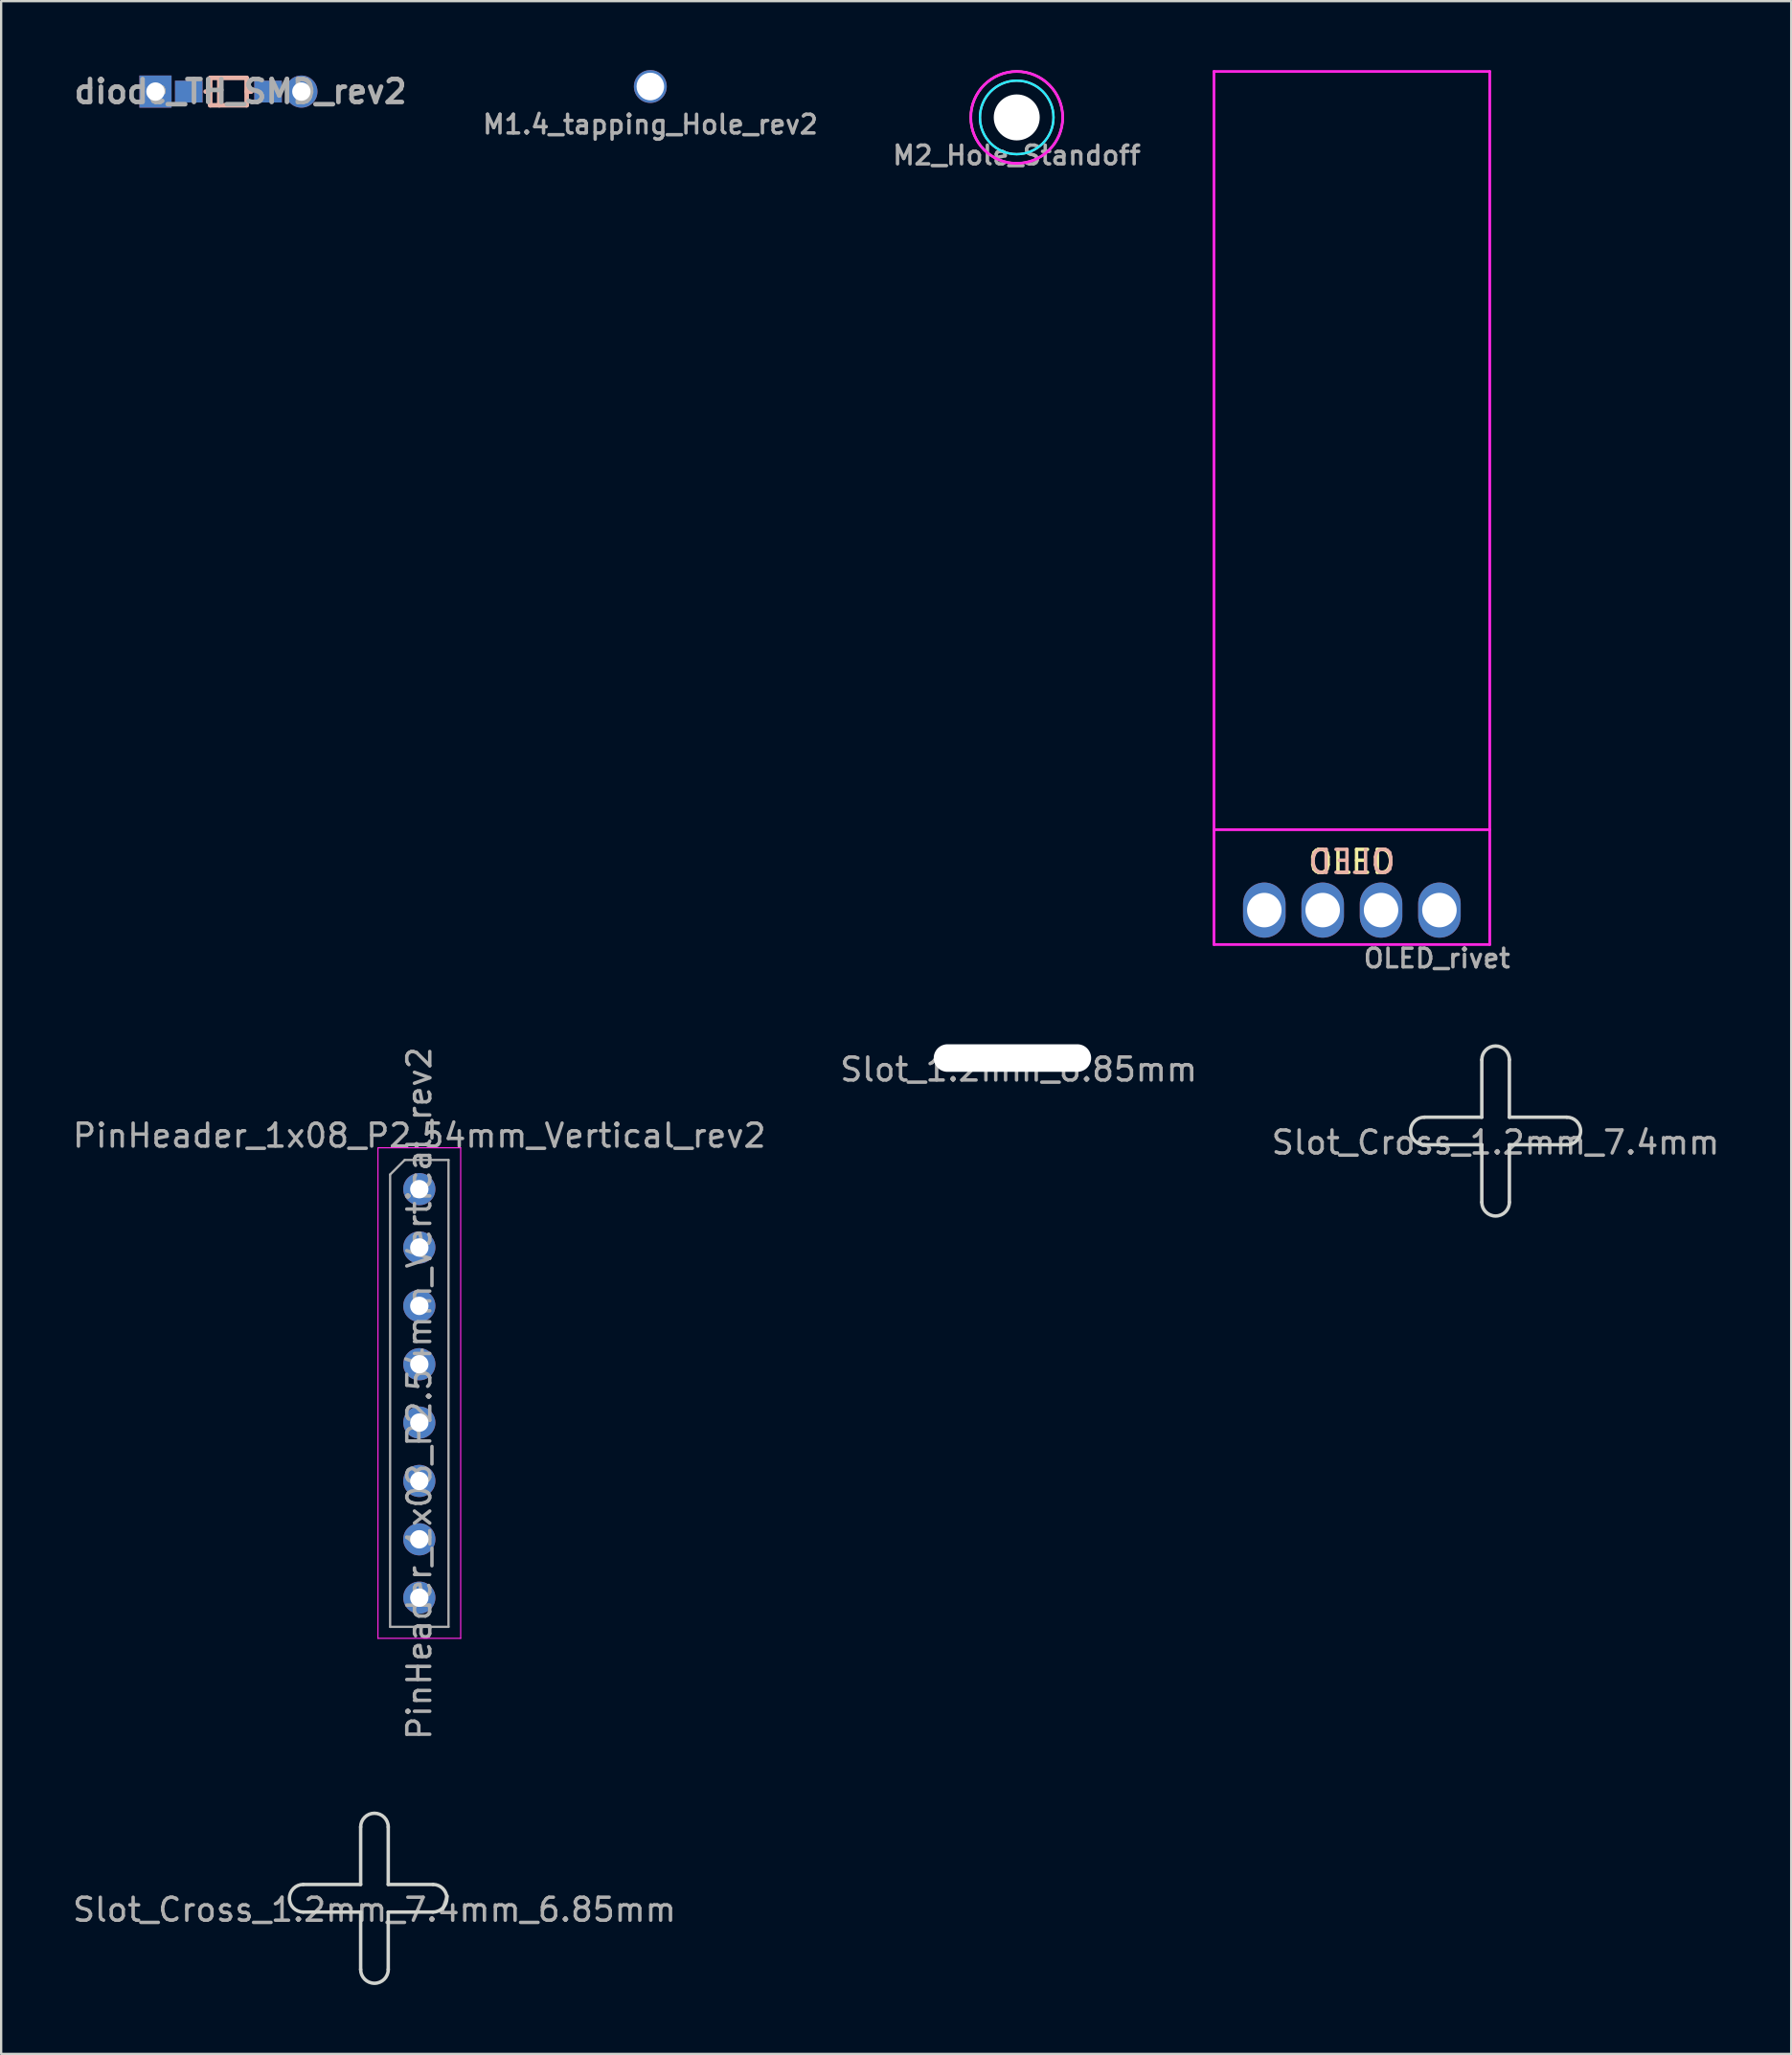
<source format=kicad_pcb>
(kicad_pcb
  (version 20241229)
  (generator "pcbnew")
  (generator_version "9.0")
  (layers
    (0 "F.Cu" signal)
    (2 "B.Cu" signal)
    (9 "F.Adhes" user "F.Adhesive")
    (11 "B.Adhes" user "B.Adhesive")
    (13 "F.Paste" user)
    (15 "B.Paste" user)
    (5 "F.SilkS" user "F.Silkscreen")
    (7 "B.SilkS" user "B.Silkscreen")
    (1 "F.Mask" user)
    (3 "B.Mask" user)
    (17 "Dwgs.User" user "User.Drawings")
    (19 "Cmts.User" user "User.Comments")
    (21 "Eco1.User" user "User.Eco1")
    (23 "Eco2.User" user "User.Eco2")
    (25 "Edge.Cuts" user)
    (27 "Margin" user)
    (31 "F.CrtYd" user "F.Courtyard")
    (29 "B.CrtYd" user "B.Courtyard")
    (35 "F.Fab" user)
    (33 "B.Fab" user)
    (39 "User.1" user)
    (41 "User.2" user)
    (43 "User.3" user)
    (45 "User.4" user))
  (footprint "M2_Hole_Standoff"
    (layer "F.Cu")
    (at 41.193 2.06)
    (property "Reference" "M2_Hole_Standoff" (at 0 1.651 0) (layer "F.Fab") (effects (font (size 0.813 0.813) (thickness 0.15))))
    (attr through_hole)
    (fp_circle (center 0 0) (end 2 0) (stroke (width 0.1) (type solid)) (fill no) (layer "F.SilkS"))
    (fp_circle (center 0 0) (end 1.6 0) (stroke (width 0.1) (type solid)) (fill no) (layer "B.SilkS"))
    (fp_circle (center 0 0) (end 1.6 0) (stroke (width 0.1) (type solid)) (fill no) (layer "B.CrtYd"))
    (fp_circle (center 0 0) (end 2 0) (stroke (width 0.12) (type solid)) (fill no) (layer "F.CrtYd"))
    (pad "" np_thru_hole circle (at 0 0) (size 2 2) (drill 2) (layers "*.Cu" "*.Mask")))
  (footprint "Slot_Cross_1.2mm_7.4mm_6.85mm"
    (layer "F.Cu")
    (at 13.244 79.567)
    (property "Reference" "Slot_Cross_1.2mm_7.4mm_6.85mm" (at 0 0.5 0) (layer "F.Fab") (effects (font (size 1 1) (thickness 0.15))))
    (attr through_hole)
    (fp_line (start -3.1 -0.6) (end -0.6 -0.6) (stroke (width 0.15) (type solid)) (layer "Edge.Cuts"))
    (fp_line (start -0.6 -0.6) (end -0.6 -3.1) (stroke (width 0.15) (type solid)) (layer "Edge.Cuts"))
    (fp_line (start -0.6 0.6) (end -3.1 0.6) (stroke (width 0.15) (type solid)) (layer "Edge.Cuts"))
    (fp_line (start -0.6 3.1) (end -0.6 0.6) (stroke (width 0.15) (type solid)) (layer "Edge.Cuts"))
    (fp_line (start 0.6 -3.1) (end 0.6 -0.6) (stroke (width 0.15) (type solid)) (layer "Edge.Cuts"))
    (fp_line (start 0.6 -0.6) (end 2.55 -0.6) (stroke (width 0.15) (type solid)) (layer "Edge.Cuts"))
    (fp_line (start 0.6 0.6) (end 0.6 3.1) (stroke (width 0.15) (type solid)) (layer "Edge.Cuts"))
    (fp_line (start 2.55 0.6) (end 0.6 0.6) (stroke (width 0.15) (type solid)) (layer "Edge.Cuts"))
    (fp_arc (start -3.1 0.6) (mid -3.7 0) (end -3.1 -0.6) (stroke (width 0.15) (type solid)) (layer "Edge.Cuts"))
    (fp_arc (start -0.6 -3.1) (mid 0 -3.7) (end 0.6 -3.1) (stroke (width 0.15) (type solid)) (layer "Edge.Cuts"))
    (fp_arc (start 0.6 3.1) (mid 0 3.7) (end -0.6 3.1) (stroke (width 0.15) (type solid)) (layer "Edge.Cuts"))
    (fp_arc (start 2.55 -0.6) (mid 3.15 0) (end 2.55 0.6) (stroke (width 0.15) (type solid)) (layer "Edge.Cuts")))
  (footprint "Slot_1.2mm_6.85mm"
    (layer "F.Cu")
    (at 41.28 42.999)
    (property "Reference" "Slot_1.2mm_6.85mm" (at 0 0.5 0) (layer "F.Fab") (effects (font (size 1 1) (thickness 0.15))))
    (attr through_hole)
    (pad "" np_thru_hole oval (at -0.275 0) (size 6.85 1.2) (drill oval 6.85 1.2) (layers "*.Cu" "*.Mask")))
  (footprint "M1.4_tapping_Hole_rev2"
    (layer "F.Cu")
    (at 25.249 0.715)
    (property "Reference" "M1.4_tapping_Hole_rev2" (at 0 1.651 0) (layer "F.Fab") (effects (font (size 0.813 0.813) (thickness 0.15))))
    (attr through_hole)
    (pad "" thru_hole circle (at 0 0) (size 1.43 1.43) (drill 1.2) (layers "*.Cu" "*.Mask")))
  (footprint "OLED_rivet"
    (layer "F.Cu")
    (at 55.776 36.56)
    (property "Reference" "OLED_rivet" (at 3.7 2.1 180) (layer "F.Fab") (effects (font (size 0.813 0.813) (thickness 0.15))))
    (attr through_hole)
    (fp_line (start -6 -36.5) (end 6 -36.5) (stroke (width 0.12) (type solid)) (layer "F.CrtYd"))
    (fp_line (start -6 -3.5) (end 6 -3.5) (stroke (width 0.12) (type solid)) (layer "F.CrtYd"))
    (fp_line (start -6 1.5) (end -6 -36.5) (stroke (width 0.12) (type solid)) (layer "F.CrtYd"))
    (fp_line (start -6 1.5) (end 6 1.5) (stroke (width 0.12) (type solid)) (layer "F.CrtYd"))
    (fp_line (start 6 1.5) (end 6 -36.5) (stroke (width 0.12) (type solid)) (layer "F.CrtYd"))
    (fp_text user "OLED" (at -0.01 -2.1 0) (layer "F.SilkS") (effects (font (size 1 1) (thickness 0.15))))
    (fp_text user "OLED" (at 0 -2.1 0) (layer "B.SilkS") (effects (font (size 1 1) (thickness 0.15)) (justify mirror)))
    (pad "1" thru_hole oval (at -3.81 0) (size 1.85 2.4) (drill 1.5) (layers "*.Cu" "*.Mask"))
    (pad "2" thru_hole oval (at -1.27 0) (size 1.85 2.4) (drill 1.5) (layers "*.Cu" "*.Mask"))
    (pad "3" thru_hole oval (at 1.27 0) (size 1.85 2.4) (drill 1.5) (layers "*.Cu" "*.Mask"))
    (pad "4" thru_hole oval (at 3.81 0) (size 1.85 2.4) (drill 1.5) (layers "*.Cu" "*.Mask")))
  (footprint "Slot_Cross_1.2mm_7.4mm"
    (layer "F.Cu")
    (at 62.03 46.174)
    (property "Reference" "Slot_Cross_1.2mm_7.4mm" (at 0 0.5 0) (layer "F.Fab") (effects (font (size 1 1) (thickness 0.15))))
    (attr through_hole)
    (fp_line (start -3.1 -0.6) (end -0.6 -0.6) (stroke (width 0.15) (type solid)) (layer "Edge.Cuts"))
    (fp_line (start -0.6 -0.6) (end -0.6 -3.1) (stroke (width 0.15) (type solid)) (layer "Edge.Cuts"))
    (fp_line (start -0.6 0.6) (end -3.1 0.6) (stroke (width 0.15) (type solid)) (layer "Edge.Cuts"))
    (fp_line (start -0.6 3.1) (end -0.6 0.6) (stroke (width 0.15) (type solid)) (layer "Edge.Cuts"))
    (fp_line (start 0.6 -3.1) (end 0.6 -0.6) (stroke (width 0.15) (type solid)) (layer "Edge.Cuts"))
    (fp_line (start 0.6 -0.6) (end 3.1 -0.6) (stroke (width 0.15) (type solid)) (layer "Edge.Cuts"))
    (fp_line (start 0.6 0.6) (end 0.6 3.1) (stroke (width 0.15) (type solid)) (layer "Edge.Cuts"))
    (fp_line (start 3.1 0.6) (end 0.6 0.6) (stroke (width 0.15) (type solid)) (layer "Edge.Cuts"))
    (fp_arc (start -3.1 0.6) (mid -3.7 0) (end -3.1 -0.6) (stroke (width 0.15) (type solid)) (layer "Edge.Cuts"))
    (fp_arc (start -0.6 -3.1) (mid 0 -3.7) (end 0.6 -3.1) (stroke (width 0.15) (type solid)) (layer "Edge.Cuts"))
    (fp_arc (start 0.6 3.1) (mid 0 3.7) (end -0.6 3.1) (stroke (width 0.15) (type solid)) (layer "Edge.Cuts"))
    (fp_arc (start 3.1 -0.6) (mid 3.7 0) (end 3.1 0.6) (stroke (width 0.15) (type solid)) (layer "Edge.Cuts")))
  (footprint "PinHeader_1x08_P2.54mm_Vertical_rev2"
    (layer "F.Cu")
    (at 15.196 48.705)
    (property "Reference" "PinHeader_1x08_P2.54mm_Vertical_rev2" (at 0 -2.33 0) (layer "F.Fab") (effects (font (size 1 1) (thickness 0.15))))
    (attr through_hole)
    (fp_line (start -1.8 -1.8) (end -1.8 19.55) (stroke (width 0.05) (type solid)) (layer "F.CrtYd"))
    (fp_line (start -1.8 19.55) (end 1.8 19.55) (stroke (width 0.05) (type solid)) (layer "F.CrtYd"))
    (fp_line (start 1.8 -1.8) (end -1.8 -1.8) (stroke (width 0.05) (type solid)) (layer "F.CrtYd"))
    (fp_line (start 1.8 19.55) (end 1.8 -1.8) (stroke (width 0.05) (type solid)) (layer "F.CrtYd"))
    (fp_line (start -1.27 -0.635) (end -0.635 -1.27) (stroke (width 0.1) (type solid)) (layer "F.Fab"))
    (fp_line (start -1.27 19.05) (end -1.27 -0.635) (stroke (width 0.1) (type solid)) (layer "F.Fab"))
    (fp_line (start -0.635 -1.27) (end 1.27 -1.27) (stroke (width 0.1) (type solid)) (layer "F.Fab"))
    (fp_line (start 1.27 -1.27) (end 1.27 19.05) (stroke (width 0.1) (type solid)) (layer "F.Fab"))
    (fp_line (start 1.27 19.05) (end -1.27 19.05) (stroke (width 0.1) (type solid)) (layer "F.Fab"))
    (fp_text user "${REFERENCE}" (at 0 8.89 90) (layer "F.Fab") (effects (font (size 1 1) (thickness 0.15))))
    (pad "1" thru_hole circle (at 0 0) (size 1.4 1.4) (drill 0.8) (layers "*.Cu" "*.Mask"))
    (pad "2" thru_hole circle (at 0 2.54) (size 1.4 1.4) (drill 0.8) (layers "*.Cu" "*.Mask"))
    (pad "3" thru_hole circle (at 0 5.08) (size 1.4 1.4) (drill 0.8) (layers "*.Cu" "*.Mask"))
    (pad "4" thru_hole circle (at 0 7.62) (size 1.4 1.4) (drill 0.8) (layers "*.Cu" "*.Mask"))
    (pad "5" thru_hole circle (at 0 10.16) (size 1.4 1.4) (drill 0.8) (layers "*.Cu" "*.Mask"))
    (pad "6" thru_hole circle (at 0 12.7) (size 1.4 1.4) (drill 0.8) (layers "*.Cu" "*.Mask"))
    (pad "7" thru_hole circle (at 0 15.24) (size 1.4 1.4) (drill 0.8) (layers "*.Cu" "*.Mask"))
    (pad "8" thru_hole circle (at 0 17.78) (size 1.4 1.4) (drill 0.8) (layers "*.Cu" "*.Mask")))
  (footprint "diode_TH_SMD_rev2"
    (layer "F.Cu")
    (at 4.112 0.936)
    (property "Reference" "diode_TH_SMD_rev2" (at 3.302 0 0) (layer "F.Fab") (effects (font (size 1 1) (thickness 0.2))))
    (attr through_hole)
    (fp_line (start 1.786 0) (end 1.984 0) (stroke (width 0.2) (type solid)) (layer "B.SilkS"))
    (fp_line (start 1.984 -0.595) (end 1.984 0.595) (stroke (width 0.2) (type solid)) (layer "B.SilkS"))
    (fp_line (start 1.984 0.595) (end 3.572 0.595) (stroke (width 0.2) (type solid)) (layer "B.SilkS"))
    (fp_line (start 2.381 0.595) (end 2.381 -0.595) (stroke (width 0.2) (type solid)) (layer "B.SilkS"))
    (fp_line (start 3.572 -0.595) (end 1.984 -0.595) (stroke (width 0.2) (type solid)) (layer "B.SilkS"))
    (fp_line (start 3.572 0) (end 3.77 0) (stroke (width 0.2) (type solid)) (layer "B.SilkS"))
    (fp_line (start 3.572 0.595) (end 3.572 -0.595) (stroke (width 0.2) (type solid)) (layer "B.SilkS"))
    (pad "1" thru_hole rect (at -0.397 0) (size 1.4 1.4) (drill 0.8) (layers "*.Cu" "*.Mask"))
    (pad "1" smd rect (at 1.053 0) (size 1.2 0.95) (layers "F.Cu" "F.Mask" "F.Paste"))
    (pad "1" smd rect (at 1.053 0) (size 1.2 0.95) (layers "B.Cu" "B.Mask" "B.Paste"))
    (pad "2" smd rect (at 4.503 0) (size 1.2 0.95) (layers "F.Cu" "F.Mask" "F.Paste"))
    (pad "2" smd rect (at 4.503 0) (size 1.2 0.95) (layers "B.Cu" "B.Mask" "B.Paste"))
    (pad "2" thru_hole circle (at 5.953 0) (size 1.4 1.4) (drill 0.8) (layers "*.Cu" "*.Mask")))
  (gr_rect
    (start -3 -3)
    (end 74.893 86.342)
    (stroke (width 0.1) (type default))
    (fill no)
    (layer "Edge.Cuts")))
</source>
